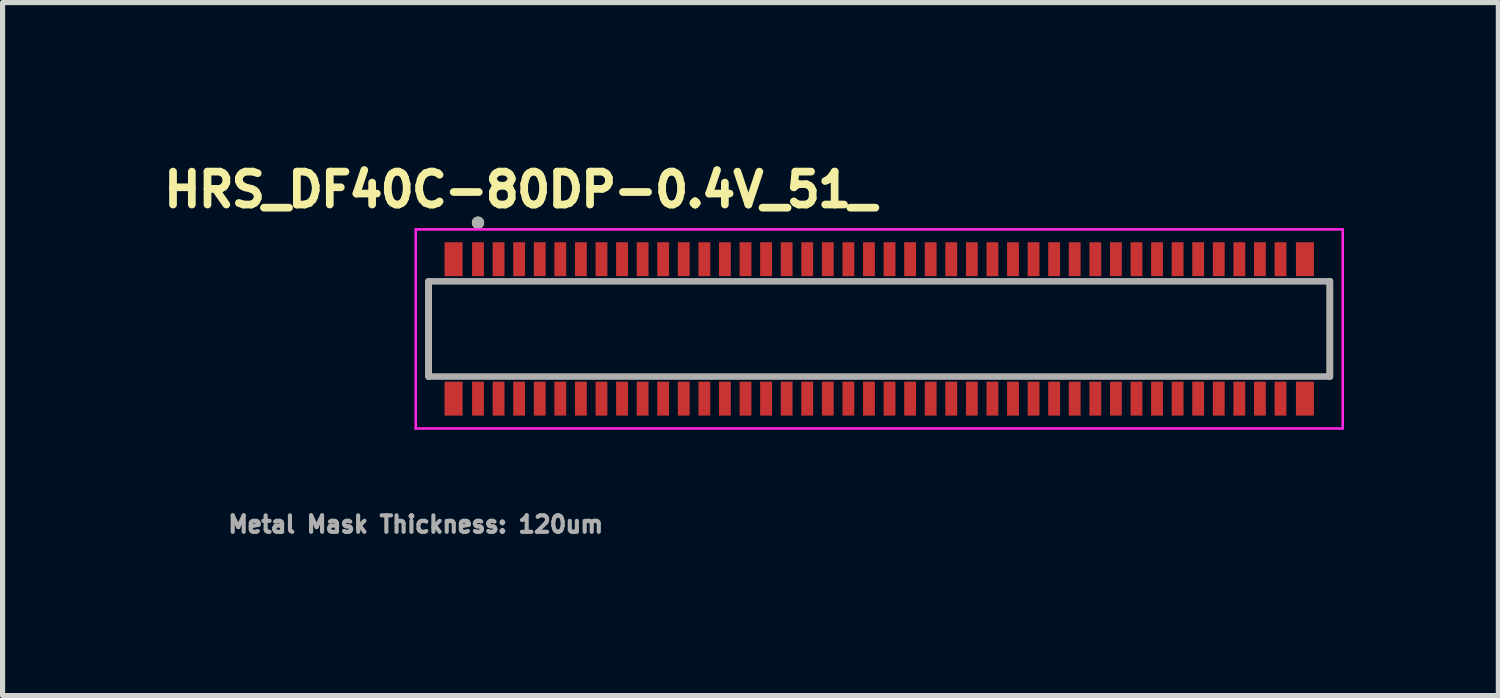
<source format=kicad_pcb>
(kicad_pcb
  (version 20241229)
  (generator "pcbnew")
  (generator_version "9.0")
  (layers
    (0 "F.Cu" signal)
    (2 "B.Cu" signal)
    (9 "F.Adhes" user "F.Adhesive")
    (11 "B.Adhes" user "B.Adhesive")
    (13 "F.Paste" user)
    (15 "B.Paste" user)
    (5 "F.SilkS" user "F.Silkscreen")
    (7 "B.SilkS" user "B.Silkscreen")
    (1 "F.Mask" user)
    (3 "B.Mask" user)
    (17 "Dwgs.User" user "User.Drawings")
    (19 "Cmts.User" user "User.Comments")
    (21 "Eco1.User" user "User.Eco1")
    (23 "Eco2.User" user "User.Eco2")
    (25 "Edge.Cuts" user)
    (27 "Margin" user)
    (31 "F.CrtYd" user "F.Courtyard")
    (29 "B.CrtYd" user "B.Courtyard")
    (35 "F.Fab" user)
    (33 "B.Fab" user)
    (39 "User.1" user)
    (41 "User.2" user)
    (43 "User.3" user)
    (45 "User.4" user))
  (footprint "HRS_DF40C-80DP-0.4V_51_"
    (layer "F.Cu")
    (at 14.042 3.344)
    (property "Reference" "HRS_DF40C-80DP-0.4V_51_" (at -6.978 -2.706 0) (layer "F.SilkS") (effects (font (size 0.64 0.64) (thickness 0.15))))
    (attr smd)
    (fp_line (start -8.76 0.925) (end -8.76 -0.925) (stroke (width 0.127) (type solid)) (layer "F.SilkS"))
    (fp_line (start 8.76 -0.925) (end 8.76 0.925) (stroke (width 0.127) (type solid)) (layer "F.SilkS"))
    (fp_circle (center -7.8 -2.065) (end -7.74 -2.065) (stroke (width 0.12) (type solid)) (fill no) (layer "F.SilkS"))
    (fp_poly (pts (xy -8.43 -1.65) (xy -8.12 -1.65) (xy -8.12 -1.06) (xy -8.43 -1.06)) (stroke (width 0.01) (type solid)) (fill yes) (layer "F.Paste"))
    (fp_poly (pts (xy -8.43 1.06) (xy -8.12 1.06) (xy -8.12 1.65) (xy -8.43 1.65)) (stroke (width 0.01) (type solid)) (fill yes) (layer "F.Paste"))
    (fp_poly (pts (xy -7.905 -1.65) (xy -7.695 -1.65) (xy -7.695 -1.06) (xy -7.905 -1.06)) (stroke (width 0.01) (type solid)) (fill yes) (layer "F.Paste"))
    (fp_poly (pts (xy -7.905 1.06) (xy -7.695 1.06) (xy -7.695 1.65) (xy -7.905 1.65)) (stroke (width 0.01) (type solid)) (fill yes) (layer "F.Paste"))
    (fp_poly (pts (xy -7.505 -1.65) (xy -7.295 -1.65) (xy -7.295 -1.06) (xy -7.505 -1.06)) (stroke (width 0.01) (type solid)) (fill yes) (layer "F.Paste"))
    (fp_poly (pts (xy -7.505 1.06) (xy -7.295 1.06) (xy -7.295 1.65) (xy -7.505 1.65)) (stroke (width 0.01) (type solid)) (fill yes) (layer "F.Paste"))
    (fp_poly (pts (xy -7.105 -1.65) (xy -6.895 -1.65) (xy -6.895 -1.06) (xy -7.105 -1.06)) (stroke (width 0.01) (type solid)) (fill yes) (layer "F.Paste"))
    (fp_poly (pts (xy -7.105 1.06) (xy -6.895 1.06) (xy -6.895 1.65) (xy -7.105 1.65)) (stroke (width 0.01) (type solid)) (fill yes) (layer "F.Paste"))
    (fp_poly (pts (xy -6.705 -1.65) (xy -6.495 -1.65) (xy -6.495 -1.06) (xy -6.705 -1.06)) (stroke (width 0.01) (type solid)) (fill yes) (layer "F.Paste"))
    (fp_poly (pts (xy -6.705 1.06) (xy -6.495 1.06) (xy -6.495 1.65) (xy -6.705 1.65)) (stroke (width 0.01) (type solid)) (fill yes) (layer "F.Paste"))
    (fp_poly (pts (xy -6.305 -1.65) (xy -6.095 -1.65) (xy -6.095 -1.06) (xy -6.305 -1.06)) (stroke (width 0.01) (type solid)) (fill yes) (layer "F.Paste"))
    (fp_poly (pts (xy -6.305 1.06) (xy -6.095 1.06) (xy -6.095 1.65) (xy -6.305 1.65)) (stroke (width 0.01) (type solid)) (fill yes) (layer "F.Paste"))
    (fp_poly (pts (xy -5.905 -1.65) (xy -5.695 -1.65) (xy -5.695 -1.06) (xy -5.905 -1.06)) (stroke (width 0.01) (type solid)) (fill yes) (layer "F.Paste"))
    (fp_poly (pts (xy -5.905 1.06) (xy -5.695 1.06) (xy -5.695 1.65) (xy -5.905 1.65)) (stroke (width 0.01) (type solid)) (fill yes) (layer "F.Paste"))
    (fp_poly (pts (xy -5.505 -1.65) (xy -5.295 -1.65) (xy -5.295 -1.06) (xy -5.505 -1.06)) (stroke (width 0.01) (type solid)) (fill yes) (layer "F.Paste"))
    (fp_poly (pts (xy -5.505 1.06) (xy -5.295 1.06) (xy -5.295 1.65) (xy -5.505 1.65)) (stroke (width 0.01) (type solid)) (fill yes) (layer "F.Paste"))
    (fp_poly (pts (xy -5.105 -1.65) (xy -4.895 -1.65) (xy -4.895 -1.06) (xy -5.105 -1.06)) (stroke (width 0.01) (type solid)) (fill yes) (layer "F.Paste"))
    (fp_poly (pts (xy -5.105 1.06) (xy -4.895 1.06) (xy -4.895 1.65) (xy -5.105 1.65)) (stroke (width 0.01) (type solid)) (fill yes) (layer "F.Paste"))
    (fp_poly (pts (xy -4.705 -1.65) (xy -4.495 -1.65) (xy -4.495 -1.06) (xy -4.705 -1.06)) (stroke (width 0.01) (type solid)) (fill yes) (layer "F.Paste"))
    (fp_poly (pts (xy -4.705 1.06) (xy -4.495 1.06) (xy -4.495 1.65) (xy -4.705 1.65)) (stroke (width 0.01) (type solid)) (fill yes) (layer "F.Paste"))
    (fp_poly (pts (xy -4.305 -1.65) (xy -4.095 -1.65) (xy -4.095 -1.06) (xy -4.305 -1.06)) (stroke (width 0.01) (type solid)) (fill yes) (layer "F.Paste"))
    (fp_poly (pts (xy -4.305 1.06) (xy -4.095 1.06) (xy -4.095 1.65) (xy -4.305 1.65)) (stroke (width 0.01) (type solid)) (fill yes) (layer "F.Paste"))
    (fp_poly (pts (xy -3.905 -1.65) (xy -3.695 -1.65) (xy -3.695 -1.06) (xy -3.905 -1.06)) (stroke (width 0.01) (type solid)) (fill yes) (layer "F.Paste"))
    (fp_poly (pts (xy -3.905 1.06) (xy -3.695 1.06) (xy -3.695 1.65) (xy -3.905 1.65)) (stroke (width 0.01) (type solid)) (fill yes) (layer "F.Paste"))
    (fp_poly (pts (xy -3.505 -1.65) (xy -3.295 -1.65) (xy -3.295 -1.06) (xy -3.505 -1.06)) (stroke (width 0.01) (type solid)) (fill yes) (layer "F.Paste"))
    (fp_poly (pts (xy -3.505 1.06) (xy -3.295 1.06) (xy -3.295 1.65) (xy -3.505 1.65)) (stroke (width 0.01) (type solid)) (fill yes) (layer "F.Paste"))
    (fp_poly (pts (xy -3.105 -1.65) (xy -2.895 -1.65) (xy -2.895 -1.06) (xy -3.105 -1.06)) (stroke (width 0.01) (type solid)) (fill yes) (layer "F.Paste"))
    (fp_poly (pts (xy -3.105 1.06) (xy -2.895 1.06) (xy -2.895 1.65) (xy -3.105 1.65)) (stroke (width 0.01) (type solid)) (fill yes) (layer "F.Paste"))
    (fp_poly (pts (xy -2.705 -1.65) (xy -2.495 -1.65) (xy -2.495 -1.06) (xy -2.705 -1.06)) (stroke (width 0.01) (type solid)) (fill yes) (layer "F.Paste"))
    (fp_poly (pts (xy -2.705 1.06) (xy -2.495 1.06) (xy -2.495 1.65) (xy -2.705 1.65)) (stroke (width 0.01) (type solid)) (fill yes) (layer "F.Paste"))
    (fp_poly (pts (xy -2.305 -1.65) (xy -2.095 -1.65) (xy -2.095 -1.06) (xy -2.305 -1.06)) (stroke (width 0.01) (type solid)) (fill yes) (layer "F.Paste"))
    (fp_poly (pts (xy -2.305 1.06) (xy -2.095 1.06) (xy -2.095 1.65) (xy -2.305 1.65)) (stroke (width 0.01) (type solid)) (fill yes) (layer "F.Paste"))
    (fp_poly (pts (xy -1.905 -1.65) (xy -1.695 -1.65) (xy -1.695 -1.06) (xy -1.905 -1.06)) (stroke (width 0.01) (type solid)) (fill yes) (layer "F.Paste"))
    (fp_poly (pts (xy -1.905 1.06) (xy -1.695 1.06) (xy -1.695 1.65) (xy -1.905 1.65)) (stroke (width 0.01) (type solid)) (fill yes) (layer "F.Paste"))
    (fp_poly (pts (xy -1.505 -1.65) (xy -1.295 -1.65) (xy -1.295 -1.06) (xy -1.505 -1.06)) (stroke (width 0.01) (type solid)) (fill yes) (layer "F.Paste"))
    (fp_poly (pts (xy -1.505 1.06) (xy -1.295 1.06) (xy -1.295 1.65) (xy -1.505 1.65)) (stroke (width 0.01) (type solid)) (fill yes) (layer "F.Paste"))
    (fp_poly (pts (xy -1.105 -1.65) (xy -0.895 -1.65) (xy -0.895 -1.06) (xy -1.105 -1.06)) (stroke (width 0.01) (type solid)) (fill yes) (layer "F.Paste"))
    (fp_poly (pts (xy -1.105 1.06) (xy -0.895 1.06) (xy -0.895 1.65) (xy -1.105 1.65)) (stroke (width 0.01) (type solid)) (fill yes) (layer "F.Paste"))
    (fp_poly (pts (xy -0.705 -1.65) (xy -0.495 -1.65) (xy -0.495 -1.06) (xy -0.705 -1.06)) (stroke (width 0.01) (type solid)) (fill yes) (layer "F.Paste"))
    (fp_poly (pts (xy -0.705 1.06) (xy -0.495 1.06) (xy -0.495 1.65) (xy -0.705 1.65)) (stroke (width 0.01) (type solid)) (fill yes) (layer "F.Paste"))
    (fp_poly (pts (xy -0.305 -1.65) (xy -0.095 -1.65) (xy -0.095 -1.06) (xy -0.305 -1.06)) (stroke (width 0.01) (type solid)) (fill yes) (layer "F.Paste"))
    (fp_poly (pts (xy -0.305 1.06) (xy -0.095 1.06) (xy -0.095 1.65) (xy -0.305 1.65)) (stroke (width 0.01) (type solid)) (fill yes) (layer "F.Paste"))
    (fp_poly (pts (xy 0.095 -1.65) (xy 0.305 -1.65) (xy 0.305 -1.06) (xy 0.095 -1.06)) (stroke (width 0.01) (type solid)) (fill yes) (layer "F.Paste"))
    (fp_poly (pts (xy 0.095 1.06) (xy 0.305 1.06) (xy 0.305 1.65) (xy 0.095 1.65)) (stroke (width 0.01) (type solid)) (fill yes) (layer "F.Paste"))
    (fp_poly (pts (xy 0.495 -1.65) (xy 0.705 -1.65) (xy 0.705 -1.06) (xy 0.495 -1.06)) (stroke (width 0.01) (type solid)) (fill yes) (layer "F.Paste"))
    (fp_poly (pts (xy 0.495 1.06) (xy 0.705 1.06) (xy 0.705 1.65) (xy 0.495 1.65)) (stroke (width 0.01) (type solid)) (fill yes) (layer "F.Paste"))
    (fp_poly (pts (xy 0.895 -1.65) (xy 1.105 -1.65) (xy 1.105 -1.06) (xy 0.895 -1.06)) (stroke (width 0.01) (type solid)) (fill yes) (layer "F.Paste"))
    (fp_poly (pts (xy 0.895 1.06) (xy 1.105 1.06) (xy 1.105 1.65) (xy 0.895 1.65)) (stroke (width 0.01) (type solid)) (fill yes) (layer "F.Paste"))
    (fp_poly (pts (xy 1.295 -1.65) (xy 1.505 -1.65) (xy 1.505 -1.06) (xy 1.295 -1.06)) (stroke (width 0.01) (type solid)) (fill yes) (layer "F.Paste"))
    (fp_poly (pts (xy 1.295 1.06) (xy 1.505 1.06) (xy 1.505 1.65) (xy 1.295 1.65)) (stroke (width 0.01) (type solid)) (fill yes) (layer "F.Paste"))
    (fp_poly (pts (xy 1.695 -1.65) (xy 1.905 -1.65) (xy 1.905 -1.06) (xy 1.695 -1.06)) (stroke (width 0.01) (type solid)) (fill yes) (layer "F.Paste"))
    (fp_poly (pts (xy 1.695 1.06) (xy 1.905 1.06) (xy 1.905 1.65) (xy 1.695 1.65)) (stroke (width 0.01) (type solid)) (fill yes) (layer "F.Paste"))
    (fp_poly (pts (xy 2.095 -1.65) (xy 2.305 -1.65) (xy 2.305 -1.06) (xy 2.095 -1.06)) (stroke (width 0.01) (type solid)) (fill yes) (layer "F.Paste"))
    (fp_poly (pts (xy 2.095 1.06) (xy 2.305 1.06) (xy 2.305 1.65) (xy 2.095 1.65)) (stroke (width 0.01) (type solid)) (fill yes) (layer "F.Paste"))
    (fp_poly (pts (xy 2.495 -1.65) (xy 2.705 -1.65) (xy 2.705 -1.06) (xy 2.495 -1.06)) (stroke (width 0.01) (type solid)) (fill yes) (layer "F.Paste"))
    (fp_poly (pts (xy 2.495 1.06) (xy 2.705 1.06) (xy 2.705 1.65) (xy 2.495 1.65)) (stroke (width 0.01) (type solid)) (fill yes) (layer "F.Paste"))
    (fp_poly (pts (xy 2.895 -1.65) (xy 3.105 -1.65) (xy 3.105 -1.06) (xy 2.895 -1.06)) (stroke (width 0.01) (type solid)) (fill yes) (layer "F.Paste"))
    (fp_poly (pts (xy 2.895 1.06) (xy 3.105 1.06) (xy 3.105 1.65) (xy 2.895 1.65)) (stroke (width 0.01) (type solid)) (fill yes) (layer "F.Paste"))
    (fp_poly (pts (xy 3.295 -1.65) (xy 3.505 -1.65) (xy 3.505 -1.06) (xy 3.295 -1.06)) (stroke (width 0.01) (type solid)) (fill yes) (layer "F.Paste"))
    (fp_poly (pts (xy 3.295 1.06) (xy 3.505 1.06) (xy 3.505 1.65) (xy 3.295 1.65)) (stroke (width 0.01) (type solid)) (fill yes) (layer "F.Paste"))
    (fp_poly (pts (xy 3.695 -1.65) (xy 3.905 -1.65) (xy 3.905 -1.06) (xy 3.695 -1.06)) (stroke (width 0.01) (type solid)) (fill yes) (layer "F.Paste"))
    (fp_poly (pts (xy 3.695 1.06) (xy 3.905 1.06) (xy 3.905 1.65) (xy 3.695 1.65)) (stroke (width 0.01) (type solid)) (fill yes) (layer "F.Paste"))
    (fp_poly (pts (xy 4.095 -1.65) (xy 4.305 -1.65) (xy 4.305 -1.06) (xy 4.095 -1.06)) (stroke (width 0.01) (type solid)) (fill yes) (layer "F.Paste"))
    (fp_poly (pts (xy 4.095 1.06) (xy 4.305 1.06) (xy 4.305 1.65) (xy 4.095 1.65)) (stroke (width 0.01) (type solid)) (fill yes) (layer "F.Paste"))
    (fp_poly (pts (xy 4.495 -1.65) (xy 4.705 -1.65) (xy 4.705 -1.06) (xy 4.495 -1.06)) (stroke (width 0.01) (type solid)) (fill yes) (layer "F.Paste"))
    (fp_poly (pts (xy 4.495 1.06) (xy 4.705 1.06) (xy 4.705 1.65) (xy 4.495 1.65)) (stroke (width 0.01) (type solid)) (fill yes) (layer "F.Paste"))
    (fp_poly (pts (xy 4.895 -1.65) (xy 5.105 -1.65) (xy 5.105 -1.06) (xy 4.895 -1.06)) (stroke (width 0.01) (type solid)) (fill yes) (layer "F.Paste"))
    (fp_poly (pts (xy 4.895 1.06) (xy 5.105 1.06) (xy 5.105 1.65) (xy 4.895 1.65)) (stroke (width 0.01) (type solid)) (fill yes) (layer "F.Paste"))
    (fp_poly (pts (xy 5.295 -1.65) (xy 5.505 -1.65) (xy 5.505 -1.06) (xy 5.295 -1.06)) (stroke (width 0.01) (type solid)) (fill yes) (layer "F.Paste"))
    (fp_poly (pts (xy 5.295 1.06) (xy 5.505 1.06) (xy 5.505 1.65) (xy 5.295 1.65)) (stroke (width 0.01) (type solid)) (fill yes) (layer "F.Paste"))
    (fp_poly (pts (xy 5.695 -1.65) (xy 5.905 -1.65) (xy 5.905 -1.06) (xy 5.695 -1.06)) (stroke (width 0.01) (type solid)) (fill yes) (layer "F.Paste"))
    (fp_poly (pts (xy 5.695 1.06) (xy 5.905 1.06) (xy 5.905 1.65) (xy 5.695 1.65)) (stroke (width 0.01) (type solid)) (fill yes) (layer "F.Paste"))
    (fp_poly (pts (xy 6.095 -1.65) (xy 6.305 -1.65) (xy 6.305 -1.06) (xy 6.095 -1.06)) (stroke (width 0.01) (type solid)) (fill yes) (layer "F.Paste"))
    (fp_poly (pts (xy 6.095 1.06) (xy 6.305 1.06) (xy 6.305 1.65) (xy 6.095 1.65)) (stroke (width 0.01) (type solid)) (fill yes) (layer "F.Paste"))
    (fp_poly (pts (xy 6.495 -1.65) (xy 6.705 -1.65) (xy 6.705 -1.06) (xy 6.495 -1.06)) (stroke (width 0.01) (type solid)) (fill yes) (layer "F.Paste"))
    (fp_poly (pts (xy 6.495 1.06) (xy 6.705 1.06) (xy 6.705 1.65) (xy 6.495 1.65)) (stroke (width 0.01) (type solid)) (fill yes) (layer "F.Paste"))
    (fp_poly (pts (xy 6.895 -1.65) (xy 7.105 -1.65) (xy 7.105 -1.06) (xy 6.895 -1.06)) (stroke (width 0.01) (type solid)) (fill yes) (layer "F.Paste"))
    (fp_poly (pts (xy 6.895 1.06) (xy 7.105 1.06) (xy 7.105 1.65) (xy 6.895 1.65)) (stroke (width 0.01) (type solid)) (fill yes) (layer "F.Paste"))
    (fp_poly (pts (xy 7.295 -1.65) (xy 7.505 -1.65) (xy 7.505 -1.06) (xy 7.295 -1.06)) (stroke (width 0.01) (type solid)) (fill yes) (layer "F.Paste"))
    (fp_poly (pts (xy 7.295 1.06) (xy 7.505 1.06) (xy 7.505 1.65) (xy 7.295 1.65)) (stroke (width 0.01) (type solid)) (fill yes) (layer "F.Paste"))
    (fp_poly (pts (xy 7.695 -1.65) (xy 7.905 -1.65) (xy 7.905 -1.06) (xy 7.695 -1.06)) (stroke (width 0.01) (type solid)) (fill yes) (layer "F.Paste"))
    (fp_poly (pts (xy 7.695 1.06) (xy 7.905 1.06) (xy 7.905 1.65) (xy 7.695 1.65)) (stroke (width 0.01) (type solid)) (fill yes) (layer "F.Paste"))
    (fp_poly (pts (xy 8.12 -1.65) (xy 8.43 -1.65) (xy 8.43 -1.06) (xy 8.12 -1.06)) (stroke (width 0.01) (type solid)) (fill yes) (layer "F.Paste"))
    (fp_poly (pts (xy 8.12 1.06) (xy 8.43 1.06) (xy 8.43 1.65) (xy 8.12 1.65)) (stroke (width 0.01) (type solid)) (fill yes) (layer "F.Paste"))
    (fp_line (start -9.01 -1.935) (end 9.01 -1.935) (stroke (width 0.05) (type solid)) (layer "F.CrtYd"))
    (fp_line (start -9.01 1.935) (end -9.01 -1.935) (stroke (width 0.05) (type solid)) (layer "F.CrtYd"))
    (fp_line (start 9.01 -1.935) (end 9.01 1.935) (stroke (width 0.05) (type solid)) (layer "F.CrtYd"))
    (fp_line (start 9.01 1.935) (end -9.01 1.935) (stroke (width 0.05) (type solid)) (layer "F.CrtYd"))
    (fp_line (start -8.76 -0.925) (end 8.76 -0.925) (stroke (width 0.127) (type solid)) (layer "F.Fab"))
    (fp_line (start -8.76 0.925) (end -8.76 -0.925) (stroke (width 0.127) (type solid)) (layer "F.Fab"))
    (fp_line (start 8.76 -0.925) (end 8.76 0.925) (stroke (width 0.127) (type solid)) (layer "F.Fab"))
    (fp_line (start 8.76 0.925) (end -8.76 0.925) (stroke (width 0.127) (type solid)) (layer "F.Fab"))
    (fp_circle (center -7.8 -2.065) (end -7.74 -2.065) (stroke (width 0.12) (type solid)) (fill no) (layer "F.Fab"))
    (fp_text user "Metal Mask Thickness: 120um" (at -9.01 3.8 0) (layer "F.Fab") (effects (font (size 0.32 0.32) (thickness 0.15))))
    (pad "1" smd rect (at -7.8 -1.355) (size 0.23 0.66) (layers "F.Cu" "F.Mask"))
    (pad "2" smd rect (at -7.8 1.355) (size 0.23 0.66) (layers "F.Cu" "F.Mask"))
    (pad "3" smd rect (at -7.4 -1.355) (size 0.23 0.66) (layers "F.Cu" "F.Mask"))
    (pad "4" smd rect (at -7.4 1.355) (size 0.23 0.66) (layers "F.Cu" "F.Mask"))
    (pad "5" smd rect (at -7 -1.355) (size 0.23 0.66) (layers "F.Cu" "F.Mask"))
    (pad "6" smd rect (at -7 1.355) (size 0.23 0.66) (layers "F.Cu" "F.Mask"))
    (pad "7" smd rect (at -6.6 -1.355) (size 0.23 0.66) (layers "F.Cu" "F.Mask"))
    (pad "8" smd rect (at -6.6 1.355) (size 0.23 0.66) (layers "F.Cu" "F.Mask"))
    (pad "9" smd rect (at -6.2 -1.355) (size 0.23 0.66) (layers "F.Cu" "F.Mask"))
    (pad "10" smd rect (at -6.2 1.355) (size 0.23 0.66) (layers "F.Cu" "F.Mask"))
    (pad "11" smd rect (at -5.8 -1.355) (size 0.23 0.66) (layers "F.Cu" "F.Mask"))
    (pad "12" smd rect (at -5.8 1.355) (size 0.23 0.66) (layers "F.Cu" "F.Mask"))
    (pad "13" smd rect (at -5.4 -1.355) (size 0.23 0.66) (layers "F.Cu" "F.Mask"))
    (pad "14" smd rect (at -5.4 1.355) (size 0.23 0.66) (layers "F.Cu" "F.Mask"))
    (pad "15" smd rect (at -5 -1.355) (size 0.23 0.66) (layers "F.Cu" "F.Mask"))
    (pad "16" smd rect (at -5 1.355) (size 0.23 0.66) (layers "F.Cu" "F.Mask"))
    (pad "17" smd rect (at -4.6 -1.355) (size 0.23 0.66) (layers "F.Cu" "F.Mask"))
    (pad "18" smd rect (at -4.6 1.355) (size 0.23 0.66) (layers "F.Cu" "F.Mask"))
    (pad "19" smd rect (at -4.2 -1.355) (size 0.23 0.66) (layers "F.Cu" "F.Mask"))
    (pad "20" smd rect (at -4.2 1.355) (size 0.23 0.66) (layers "F.Cu" "F.Mask"))
    (pad "21" smd rect (at -3.8 -1.355) (size 0.23 0.66) (layers "F.Cu" "F.Mask"))
    (pad "22" smd rect (at -3.8 1.355) (size 0.23 0.66) (layers "F.Cu" "F.Mask"))
    (pad "23" smd rect (at -3.4 -1.355) (size 0.23 0.66) (layers "F.Cu" "F.Mask"))
    (pad "24" smd rect (at -3.4 1.355) (size 0.23 0.66) (layers "F.Cu" "F.Mask"))
    (pad "25" smd rect (at -3 -1.355) (size 0.23 0.66) (layers "F.Cu" "F.Mask"))
    (pad "26" smd rect (at -3 1.355) (size 0.23 0.66) (layers "F.Cu" "F.Mask"))
    (pad "27" smd rect (at -2.6 -1.355) (size 0.23 0.66) (layers "F.Cu" "F.Mask"))
    (pad "28" smd rect (at -2.6 1.355) (size 0.23 0.66) (layers "F.Cu" "F.Mask"))
    (pad "29" smd rect (at -2.2 -1.355) (size 0.23 0.66) (layers "F.Cu" "F.Mask"))
    (pad "30" smd rect (at -2.2 1.355) (size 0.23 0.66) (layers "F.Cu" "F.Mask"))
    (pad "31" smd rect (at -1.8 -1.355) (size 0.23 0.66) (layers "F.Cu" "F.Mask"))
    (pad "32" smd rect (at -1.8 1.355) (size 0.23 0.66) (layers "F.Cu" "F.Mask"))
    (pad "33" smd rect (at -1.4 -1.355) (size 0.23 0.66) (layers "F.Cu" "F.Mask"))
    (pad "34" smd rect (at -1.4 1.355) (size 0.23 0.66) (layers "F.Cu" "F.Mask"))
    (pad "35" smd rect (at -1 -1.355) (size 0.23 0.66) (layers "F.Cu" "F.Mask"))
    (pad "36" smd rect (at -1 1.355) (size 0.23 0.66) (layers "F.Cu" "F.Mask"))
    (pad "37" smd rect (at -0.6 -1.355) (size 0.23 0.66) (layers "F.Cu" "F.Mask"))
    (pad "38" smd rect (at -0.6 1.355) (size 0.23 0.66) (layers "F.Cu" "F.Mask"))
    (pad "39" smd rect (at -0.2 -1.355) (size 0.23 0.66) (layers "F.Cu" "F.Mask"))
    (pad "40" smd rect (at -0.2 1.355) (size 0.23 0.66) (layers "F.Cu" "F.Mask"))
    (pad "41" smd rect (at 0.2 -1.355) (size 0.23 0.66) (layers "F.Cu" "F.Mask"))
    (pad "42" smd rect (at 0.2 1.355) (size 0.23 0.66) (layers "F.Cu" "F.Mask"))
    (pad "43" smd rect (at 0.6 -1.355) (size 0.23 0.66) (layers "F.Cu" "F.Mask"))
    (pad "44" smd rect (at 0.6 1.355) (size 0.23 0.66) (layers "F.Cu" "F.Mask"))
    (pad "45" smd rect (at 1 -1.355) (size 0.23 0.66) (layers "F.Cu" "F.Mask"))
    (pad "46" smd rect (at 1 1.355) (size 0.23 0.66) (layers "F.Cu" "F.Mask"))
    (pad "47" smd rect (at 1.4 -1.355) (size 0.23 0.66) (layers "F.Cu" "F.Mask"))
    (pad "48" smd rect (at 1.4 1.355) (size 0.23 0.66) (layers "F.Cu" "F.Mask"))
    (pad "49" smd rect (at 1.8 -1.355) (size 0.23 0.66) (layers "F.Cu" "F.Mask"))
    (pad "50" smd rect (at 1.8 1.355) (size 0.23 0.66) (layers "F.Cu" "F.Mask"))
    (pad "51" smd rect (at 2.2 -1.355) (size 0.23 0.66) (layers "F.Cu" "F.Mask"))
    (pad "52" smd rect (at 2.2 1.355) (size 0.23 0.66) (layers "F.Cu" "F.Mask"))
    (pad "53" smd rect (at 2.6 -1.355) (size 0.23 0.66) (layers "F.Cu" "F.Mask"))
    (pad "54" smd rect (at 2.6 1.355) (size 0.23 0.66) (layers "F.Cu" "F.Mask"))
    (pad "55" smd rect (at 3 -1.355) (size 0.23 0.66) (layers "F.Cu" "F.Mask"))
    (pad "56" smd rect (at 3 1.355) (size 0.23 0.66) (layers "F.Cu" "F.Mask"))
    (pad "57" smd rect (at 3.4 -1.355) (size 0.23 0.66) (layers "F.Cu" "F.Mask"))
    (pad "58" smd rect (at 3.4 1.355) (size 0.23 0.66) (layers "F.Cu" "F.Mask"))
    (pad "59" smd rect (at 3.8 -1.355) (size 0.23 0.66) (layers "F.Cu" "F.Mask"))
    (pad "60" smd rect (at 3.8 1.355) (size 0.23 0.66) (layers "F.Cu" "F.Mask"))
    (pad "61" smd rect (at 4.2 -1.355) (size 0.23 0.66) (layers "F.Cu" "F.Mask"))
    (pad "62" smd rect (at 4.2 1.355) (size 0.23 0.66) (layers "F.Cu" "F.Mask"))
    (pad "63" smd rect (at 4.6 -1.355) (size 0.23 0.66) (layers "F.Cu" "F.Mask"))
    (pad "64" smd rect (at 4.6 1.355) (size 0.23 0.66) (layers "F.Cu" "F.Mask"))
    (pad "65" smd rect (at 5 -1.355) (size 0.23 0.66) (layers "F.Cu" "F.Mask"))
    (pad "66" smd rect (at 5 1.355) (size 0.23 0.66) (layers "F.Cu" "F.Mask"))
    (pad "67" smd rect (at 5.4 -1.355) (size 0.23 0.66) (layers "F.Cu" "F.Mask"))
    (pad "68" smd rect (at 5.4 1.355) (size 0.23 0.66) (layers "F.Cu" "F.Mask"))
    (pad "69" smd rect (at 5.8 -1.355) (size 0.23 0.66) (layers "F.Cu" "F.Mask"))
    (pad "70" smd rect (at 5.8 1.355) (size 0.23 0.66) (layers "F.Cu" "F.Mask"))
    (pad "71" smd rect (at 6.2 -1.355) (size 0.23 0.66) (layers "F.Cu" "F.Mask"))
    (pad "72" smd rect (at 6.2 1.355) (size 0.23 0.66) (layers "F.Cu" "F.Mask"))
    (pad "73" smd rect (at 6.6 -1.355) (size 0.23 0.66) (layers "F.Cu" "F.Mask"))
    (pad "74" smd rect (at 6.6 1.355) (size 0.23 0.66) (layers "F.Cu" "F.Mask"))
    (pad "75" smd rect (at 7 -1.355) (size 0.23 0.66) (layers "F.Cu" "F.Mask"))
    (pad "76" smd rect (at 7 1.355) (size 0.23 0.66) (layers "F.Cu" "F.Mask"))
    (pad "77" smd rect (at 7.4 -1.355) (size 0.23 0.66) (layers "F.Cu" "F.Mask"))
    (pad "78" smd rect (at 7.4 1.355) (size 0.23 0.66) (layers "F.Cu" "F.Mask"))
    (pad "79" smd rect (at 7.8 -1.355) (size 0.23 0.66) (layers "F.Cu" "F.Mask"))
    (pad "80" smd rect (at 7.8 1.355) (size 0.23 0.66) (layers "F.Cu" "F.Mask"))
    (pad "S1" smd rect (at -8.275 -1.355) (size 0.35 0.66) (layers "F.Cu" "F.Mask"))
    (pad "S2" smd rect (at -8.275 1.355) (size 0.35 0.66) (layers "F.Cu" "F.Mask"))
    (pad "S3" smd rect (at 8.275 -1.355) (size 0.35 0.66) (layers "F.Cu" "F.Mask"))
    (pad "S4" smd rect (at 8.275 1.355) (size 0.35 0.66) (layers "F.Cu" "F.Mask")))
  (gr_rect
    (start -3 -3)
    (end 26.077 10.472)
    (stroke (width 0.1) (type default))
    (fill no)
    (layer "Edge.Cuts")))
</source>
